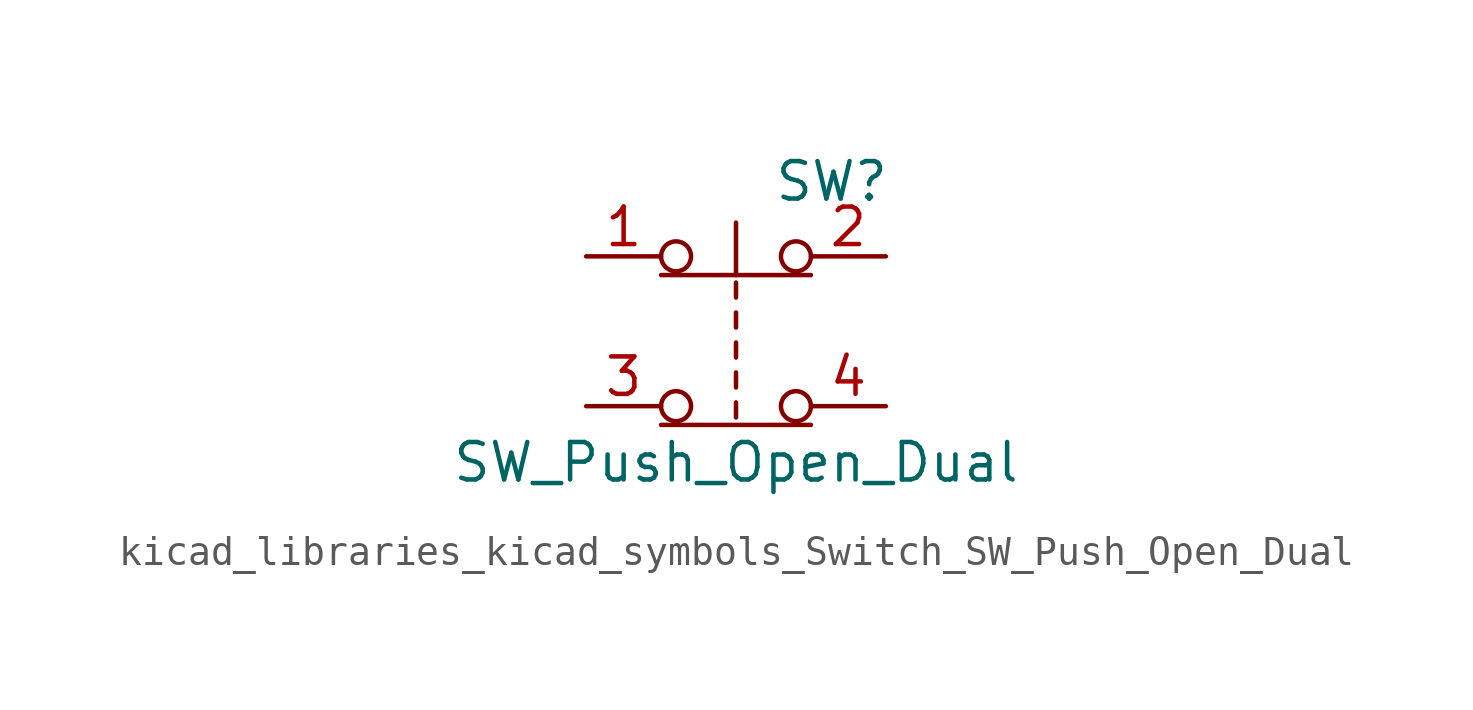
<source format=kicad_sym>
(kicad_symbol_lib
  (version 20220914)
  (generator kicad_symbol_editor)
  (symbol "kicad_libraries_kicad_symbols_Switch_SW_Push_Open_Dual"
    (pin_names
      (offset 1.016) hide)
    (property "Reference" "SW"
      (at 1.27 2.54 0)
      (effects (font (size 1.27 1.27)) (justify left)))
    (property "Value" "SW_Push_Open_Dual"
      (at 0 -6.985 0)
      (effects (font (size 1.27 1.27))))
    (symbol "kicad_libraries_kicad_symbols_Switch_SW_Push_Open_Dual_0_1"
      (circle (center -2.032 -5.08) (radius 0.508) (stroke (width 0) (type default)) (fill (type none)))
      (circle (center -2.032 0) (radius 0.508) (stroke (width 0) (type default)) (fill (type none)))
      (polyline (pts (xy 0 -4.953) (xy 0 -5.461)) (stroke (width 0) (type default)) (fill (type none)))
      (polyline (pts (xy 0 -3.937) (xy 0 -4.445)) (stroke (width 0) (type default)) (fill (type none)))
      (polyline (pts (xy 0 -3.429) (xy 0 -2.921)) (stroke (width 0) (type default)) (fill (type none)))
      (polyline (pts (xy 0 -2.413) (xy 0 -1.905)) (stroke (width 0) (type default)) (fill (type none)))
      (polyline (pts (xy 0 -1.397) (xy 0 -0.889)) (stroke (width 0) (type default)) (fill (type none)))
      (polyline (pts (xy 0 -0.635) (xy 0 1.143)) (stroke (width 0) (type default)) (fill (type none)))
      (polyline (pts (xy 2.54 -5.715) (xy -2.54 -5.715)) (stroke (width 0) (type default)) (fill (type none)))
      (polyline (pts (xy 2.54 -0.635) (xy -2.54 -0.635)) (stroke (width 0) (type default)) (fill (type none)))
      (circle (center 2.032 -5.08) (radius 0.508) (stroke (width 0) (type default)) (fill (type none)))
      (circle (center 2.032 0) (radius 0.508) (stroke (width 0) (type default)) (fill (type none)))
      (pin passive line (at -5.08 0 0) (length 2.54) (name "1" (effects (font (size 1.27 1.27)))) (number "1" (effects (font (size 1.27 1.27)))))
      (pin passive line (at 5.08 0 180) (length 2.54) (name "2" (effects (font (size 1.27 1.27)))) (number "2" (effects (font (size 1.27 1.27)))))
      (pin passive line (at -5.08 -5.08 0) (length 2.54) (name "3" (effects (font (size 1.27 1.27)))) (number "3" (effects (font (size 1.27 1.27)))))
      (pin passive line (at 5.08 -5.08 180) (length 2.54) (name "4" (effects (font (size 1.27 1.27)))) (number "4" (effects (font (size 1.27 1.27))))))))
</source>
